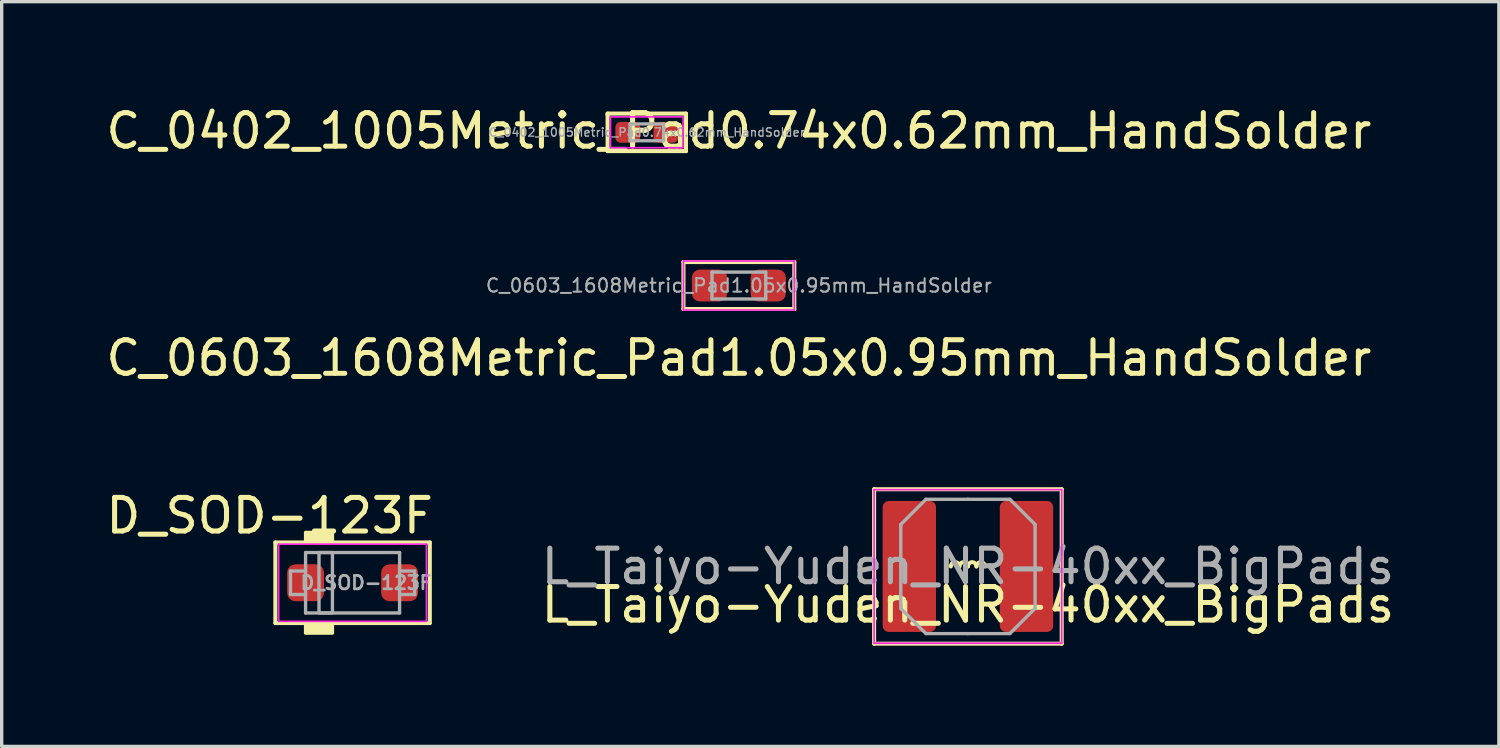
<source format=kicad_pcb>
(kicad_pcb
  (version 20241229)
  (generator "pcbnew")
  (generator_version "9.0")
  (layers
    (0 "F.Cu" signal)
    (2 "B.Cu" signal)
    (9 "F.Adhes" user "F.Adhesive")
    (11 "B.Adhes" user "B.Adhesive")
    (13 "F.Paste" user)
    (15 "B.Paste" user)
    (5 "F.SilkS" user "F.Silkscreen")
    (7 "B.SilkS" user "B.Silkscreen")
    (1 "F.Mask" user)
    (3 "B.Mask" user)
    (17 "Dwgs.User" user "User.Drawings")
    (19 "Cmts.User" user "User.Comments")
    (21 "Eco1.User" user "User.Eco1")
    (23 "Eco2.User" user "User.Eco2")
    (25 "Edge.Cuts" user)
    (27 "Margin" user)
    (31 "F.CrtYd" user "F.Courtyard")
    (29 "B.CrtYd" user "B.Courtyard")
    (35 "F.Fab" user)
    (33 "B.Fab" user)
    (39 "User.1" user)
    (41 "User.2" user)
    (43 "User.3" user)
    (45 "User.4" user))
  (footprint "L_Taiyo-Yuden_NR-40xx_BigPads"
    (layer "F.Cu")
    (at 25.78 13.822)
    (property "Reference" "L_Taiyo-Yuden_NR-40xx_BigPads" (at 0 1.143 180) (layer "F.SilkS") (effects (font (size 1 1) (thickness 0.15))))
    (attr smd)
    (fp_line (start -2.794 -2.3) (end -2.794 2.3) (stroke (width 0.12) (type solid)) (layer "F.SilkS"))
    (fp_line (start -2.794 2.3) (end 2.794 2.3) (stroke (width 0.12) (type solid)) (layer "F.SilkS"))
    (fp_line (start 2.794 -2.3) (end -2.794 -2.3) (stroke (width 0.12) (type solid)) (layer "F.SilkS"))
    (fp_line (start 2.794 2.3) (end 2.794 -2.3) (stroke (width 0.12) (type solid)) (layer "F.SilkS"))
    (fp_arc (start -0.508 0) (mid -0.381 -0.127) (end -0.254 0) (stroke (width 0.12) (type solid)) (layer "F.SilkS"))
    (fp_arc (start -0.254 0) (mid -0.127 -0.127) (end 0 0) (stroke (width 0.12) (type solid)) (layer "F.SilkS"))
    (fp_arc (start 0 0) (mid 0.127 -0.127) (end 0.254 0) (stroke (width 0.12) (type solid)) (layer "F.SilkS"))
    (fp_arc (start 0.254 0) (mid 0.381 -0.127) (end 0.508 0) (stroke (width 0.12) (type solid)) (layer "F.SilkS"))
    (fp_line (start -2.794 -2.286) (end -2.794 2.286) (stroke (width 0.05) (type solid)) (layer "F.CrtYd"))
    (fp_line (start -2.794 2.286) (end 2.794 2.286) (stroke (width 0.05) (type solid)) (layer "F.CrtYd"))
    (fp_line (start 2.794 -2.286) (end -2.794 -2.286) (stroke (width 0.05) (type solid)) (layer "F.CrtYd"))
    (fp_line (start 2.794 2.286) (end 2.794 -2.286) (stroke (width 0.05) (type solid)) (layer "F.CrtYd"))
    (fp_line (start -2 -1.25) (end -1.25 -2) (stroke (width 0.1) (type solid)) (layer "F.Fab"))
    (fp_line (start -2 0) (end -2 -1.25) (stroke (width 0.1) (type solid)) (layer "F.Fab"))
    (fp_line (start -2 0) (end -2 1.25) (stroke (width 0.1) (type solid)) (layer "F.Fab"))
    (fp_line (start -2 1.25) (end -1.25 2) (stroke (width 0.1) (type solid)) (layer "F.Fab"))
    (fp_line (start -1.25 -2) (end 0 -2) (stroke (width 0.1) (type solid)) (layer "F.Fab"))
    (fp_line (start -1.25 2) (end 0 2) (stroke (width 0.1) (type solid)) (layer "F.Fab"))
    (fp_line (start 1.25 -2) (end 0 -2) (stroke (width 0.1) (type solid)) (layer "F.Fab"))
    (fp_line (start 1.25 2) (end 0 2) (stroke (width 0.1) (type solid)) (layer "F.Fab"))
    (fp_line (start 2 -1.25) (end 1.25 -2) (stroke (width 0.1) (type solid)) (layer "F.Fab"))
    (fp_line (start 2 0) (end 2 -1.25) (stroke (width 0.1) (type solid)) (layer "F.Fab"))
    (fp_line (start 2 0) (end 2 1.25) (stroke (width 0.1) (type solid)) (layer "F.Fab"))
    (fp_line (start 2 1.25) (end 1.25 2) (stroke (width 0.1) (type solid)) (layer "F.Fab"))
    (fp_text user "${REFERENCE}" (at 0 0 180) (layer "F.Fab") (effects (font (size 1 1) (thickness 0.15))))
    (pad "1" smd roundrect (at -1.745 0) (size 1.59 3.9) (layers "F.Cu" "F.Mask" "F.Paste") (roundrect_rratio 0.114))
    (pad "2" smd roundrect (at 1.745 0) (size 1.59 3.9) (layers "F.Cu" "F.Mask" "F.Paste") (roundrect_rratio 0.114)))
  (footprint "C_0603_1608Metric_Pad1.05x0.95mm_HandSolder"
    (layer "F.Cu")
    (at 18.958 5.455)
    (property "Reference" "C_0603_1608Metric_Pad1.05x0.95mm_HandSolder" (at 0 2.159 0) (layer "F.SilkS") (effects (font (size 1 1) (thickness 0.15))))
    (attr smd)
    (fp_line (start -1.651 -0.699) (end -1.651 0.699) (stroke (width 0.12) (type solid)) (layer "F.SilkS"))
    (fp_line (start -1.651 0.699) (end 1.651 0.699) (stroke (width 0.12) (type solid)) (layer "F.SilkS"))
    (fp_line (start 1.651 -0.699) (end -1.651 -0.699) (stroke (width 0.12) (type solid)) (layer "F.SilkS"))
    (fp_line (start 1.651 0.699) (end 1.651 -0.699) (stroke (width 0.12) (type solid)) (layer "F.SilkS"))
    (fp_line (start -1.65 -0.73) (end 1.65 -0.73) (stroke (width 0.05) (type solid)) (layer "F.CrtYd"))
    (fp_line (start -1.65 0.73) (end -1.65 -0.73) (stroke (width 0.05) (type solid)) (layer "F.CrtYd"))
    (fp_line (start 1.65 -0.73) (end 1.65 0.73) (stroke (width 0.05) (type solid)) (layer "F.CrtYd"))
    (fp_line (start 1.65 0.73) (end -1.65 0.73) (stroke (width 0.05) (type solid)) (layer "F.CrtYd"))
    (fp_line (start -0.8 -0.4) (end 0.8 -0.4) (stroke (width 0.1) (type solid)) (layer "F.Fab"))
    (fp_line (start -0.8 0.4) (end -0.8 -0.4) (stroke (width 0.1) (type solid)) (layer "F.Fab"))
    (fp_line (start 0.8 -0.4) (end 0.8 0.4) (stroke (width 0.1) (type solid)) (layer "F.Fab"))
    (fp_line (start 0.8 0.4) (end -0.8 0.4) (stroke (width 0.1) (type solid)) (layer "F.Fab"))
    (fp_text user "${REFERENCE}" (at 0 0 0) (layer "F.Fab") (effects (font (size 0.4 0.4) (thickness 0.06))))
    (pad "1" smd roundrect (at -0.875 0 180) (size 1.05 0.95) (layers "F.Cu" "F.Mask" "F.Paste") (roundrect_rratio 0.25))
    (pad "2" smd roundrect (at 0.875 0 180) (size 1.05 0.95) (layers "F.Cu" "F.Mask" "F.Paste") (roundrect_rratio 0.25)))
  (footprint "D_SOD-123F"
    (layer "F.Cu")
    (at 7.452 14.308)
    (property "Reference" "D_SOD-123F" (at -2.47 -1.997 180) (layer "F.SilkS") (effects (font (size 1 1) (thickness 0.15))))
    (attr smd)
    (fp_line (start -2.3 -1.2) (end -2.3 1.2) (stroke (width 0.12) (type solid)) (layer "F.SilkS"))
    (fp_line (start -2.3 1.2) (end 2.3 1.2) (stroke (width 0.12) (type solid)) (layer "F.SilkS"))
    (fp_line (start 2.3 -1.2) (end -2.3 -1.2) (stroke (width 0.12) (type solid)) (layer "F.SilkS"))
    (fp_line (start 2.3 1.2) (end 2.3 -1.2) (stroke (width 0.12) (type solid)) (layer "F.SilkS"))
    (fp_poly (pts (xy -0.6 -1.2) (xy -1.4 -1.2) (xy -1.4 -1.5) (xy -0.6 -1.5)) (stroke (width 0.1) (type solid)) (fill yes) (layer "F.SilkS"))
    (fp_poly (pts (xy -0.6 1.5) (xy -1.4 1.5) (xy -1.4 1.2) (xy -0.6 1.2)) (stroke (width 0.1) (type solid)) (fill yes) (layer "F.SilkS"))
    (fp_line (start -2.2 -1.15) (end -2.2 1.15) (stroke (width 0.05) (type solid)) (layer "F.CrtYd"))
    (fp_line (start -2.2 -1.15) (end 2.2 -1.15) (stroke (width 0.05) (type solid)) (layer "F.CrtYd"))
    (fp_line (start 2.2 -1.15) (end 2.2 1.15) (stroke (width 0.05) (type solid)) (layer "F.CrtYd"))
    (fp_line (start 2.2 1.15) (end -2.2 1.15) (stroke (width 0.05) (type solid)) (layer "F.CrtYd"))
    (fp_line (start -1.85 -0.35) (end -1.85 0.35) (stroke (width 0.1) (type solid)) (layer "F.Fab"))
    (fp_line (start -1.85 -0.35) (end -1.4 -0.35) (stroke (width 0.1) (type solid)) (layer "F.Fab"))
    (fp_line (start -1.85 0.35) (end -1.4 0.35) (stroke (width 0.1) (type solid)) (layer "F.Fab"))
    (fp_line (start -1.4 -0.9) (end 1.4 -0.9) (stroke (width 0.1) (type solid)) (layer "F.Fab"))
    (fp_line (start -1.4 0.9) (end -1.4 -0.9) (stroke (width 0.1) (type solid)) (layer "F.Fab"))
    (fp_line (start 1.4 -0.9) (end 1.4 0.9) (stroke (width 0.1) (type solid)) (layer "F.Fab"))
    (fp_line (start 1.4 0.9) (end -1.4 0.9) (stroke (width 0.1) (type solid)) (layer "F.Fab"))
    (fp_line (start 1.85 -0.35) (end 1.4 -0.35) (stroke (width 0.1) (type solid)) (layer "F.Fab"))
    (fp_line (start 1.85 0.35) (end 1.4 0.35) (stroke (width 0.1) (type solid)) (layer "F.Fab"))
    (fp_line (start 1.85 0.35) (end 1.85 -0.35) (stroke (width 0.1) (type solid)) (layer "F.Fab"))
    (fp_poly (pts (xy -1 -0.9) (xy -1 0.9) (xy -0.6 0.9) (xy -0.6 -0.9)) (stroke (width 0.1) (type solid)) (fill no) (layer "F.Fab"))
    (fp_text user "${REFERENCE}" (at 0.4 0 180) (layer "F.Fab") (effects (font (size 0.4 0.4) (thickness 0.08))))
    (pad "1" smd roundrect (at -1.4 0) (size 1.1 1.1) (layers "F.Cu" "F.Mask" "F.Paste") (roundrect_rratio 0.227))
    (pad "2" smd roundrect (at 1.4 0) (size 1.1 1.1) (layers "F.Cu" "F.Mask" "F.Paste") (roundrect_rratio 0.227)))
  (footprint "C_0402_1005Metric_Pad0.74x0.62mm_HandSolder"
    (layer "F.Cu")
    (at 16.215 0.892)
    (property "Reference" "C_0402_1005Metric_Pad0.74x0.62mm_HandSolder" (at 2.743 -0.043 0) (layer "F.SilkS") (effects (font (size 1 1) (thickness 0.15))))
    (attr smd)
    (fp_line (start -1.168 -0.559) (end 1.168 -0.559) (stroke (width 0.12) (type solid)) (layer "F.SilkS"))
    (fp_line (start -1.168 -0.508) (end -1.168 -0.559) (stroke (width 0.12) (type solid)) (layer "F.SilkS"))
    (fp_line (start -1.168 -0.508) (end -1.168 -0.051) (stroke (width 0.12) (type solid)) (layer "F.SilkS"))
    (fp_line (start -1.168 0.559) (end -1.168 -0.051) (stroke (width 0.12) (type solid)) (layer "F.SilkS"))
    (fp_line (start 1.168 -0.559) (end 1.168 0.559) (stroke (width 0.12) (type solid)) (layer "F.SilkS"))
    (fp_line (start 1.168 0.559) (end -1.168 0.559) (stroke (width 0.12) (type solid)) (layer "F.SilkS"))
    (fp_line (start -1.08 -0.46) (end 1.08 -0.46) (stroke (width 0.05) (type solid)) (layer "F.CrtYd"))
    (fp_line (start -1.08 0.46) (end -1.08 -0.46) (stroke (width 0.05) (type solid)) (layer "F.CrtYd"))
    (fp_line (start 1.08 -0.46) (end 1.08 0.46) (stroke (width 0.05) (type solid)) (layer "F.CrtYd"))
    (fp_line (start 1.08 0.46) (end -1.08 0.46) (stroke (width 0.05) (type solid)) (layer "F.CrtYd"))
    (fp_line (start -0.5 -0.25) (end 0.5 -0.25) (stroke (width 0.1) (type solid)) (layer "F.Fab"))
    (fp_line (start -0.5 0.25) (end -0.5 -0.25) (stroke (width 0.1) (type solid)) (layer "F.Fab"))
    (fp_line (start 0.5 -0.25) (end 0.5 0.25) (stroke (width 0.1) (type solid)) (layer "F.Fab"))
    (fp_line (start 0.5 0.25) (end -0.5 0.25) (stroke (width 0.1) (type solid)) (layer "F.Fab"))
    (fp_text user "${REFERENCE}" (at 0 0 0) (layer "F.Fab") (effects (font (size 0.25 0.25) (thickness 0.04))))
    (pad "1" smd roundrect (at -0.568 0 180) (size 0.735 0.62) (layers "F.Cu" "F.Mask" "F.Paste") (roundrect_rratio 0.25))
    (pad "2" smd roundrect (at 0.568 0 180) (size 0.735 0.62) (layers "F.Cu" "F.Mask" "F.Paste") (roundrect_rratio 0.25)))
  (gr_rect
    (start -3 -3)
    (end 41.595 19.182)
    (stroke (width 0.1) (type default))
    (fill no)
    (layer "Edge.Cuts")))
</source>
